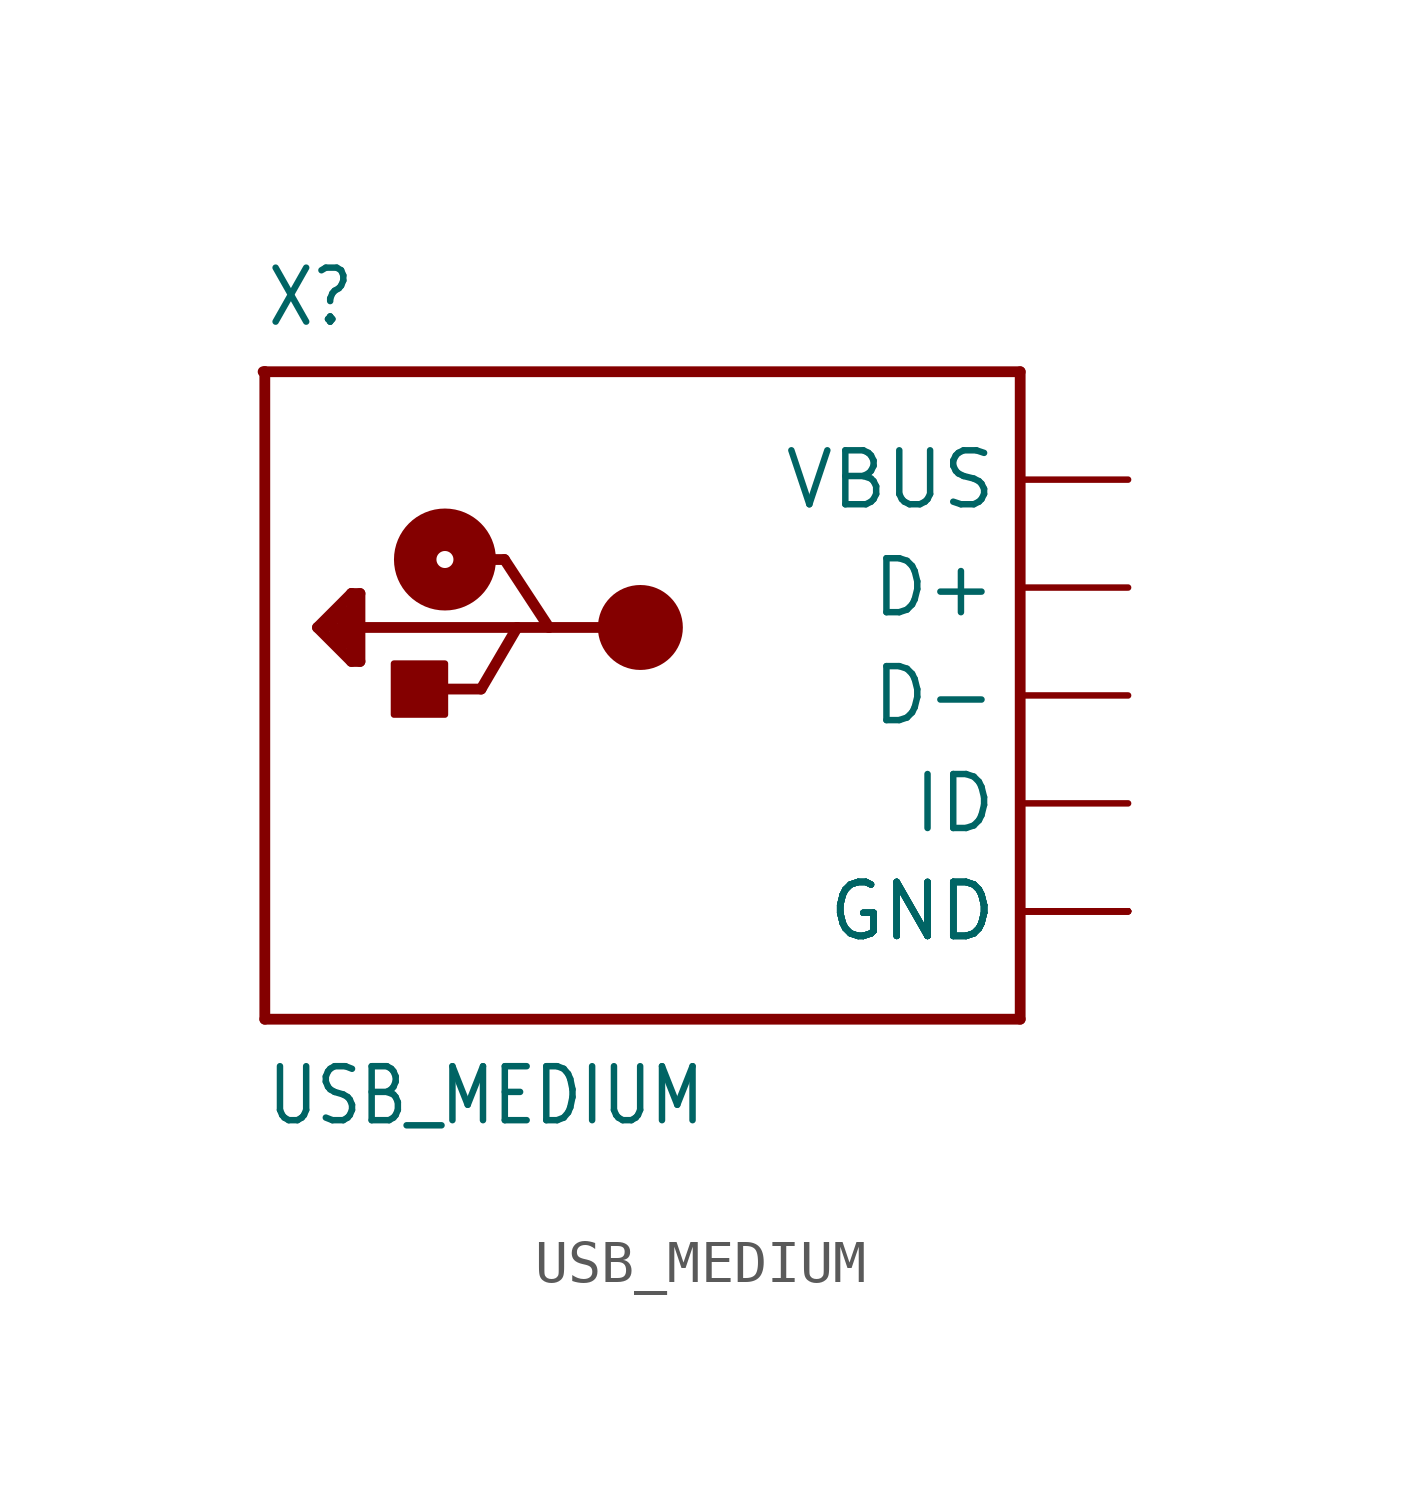
<source format=kicad_sym>
(kicad_symbol_lib
  (version 20201005)
  (generator kicad_symbol_editor)
  (symbol "USB_MEDIUM"
    (property "Reference" "X"
      (at -10.16 8.636 0)
      (effects (font (size 1.27 1.079)) (justify left bottom)))
    (property "Value" "USB_MEDIUM"
      (at -10.16 -10.16 0)
      (effects (font (size 1.27 1.079)) (justify left bottom)))
    (property "ki_locked" ""
      (at 0 0 0)
      (effects (font (size 1.27 1.27))))
    (symbol "USB_MEDIUM_1_0"
      (circle (center -5.92 3.2) (radius 0.2) (stroke (width 1)) (fill (type none)))
      (circle (center -1.32 1.6) (radius 0.5) (stroke (width 1)) (fill (type none)))
      (rectangle (start -7.12 -0.45) (end -5.92 0.75) (stroke (width 0)) (fill (type outline)))
      (polyline (pts (xy -10.2 7.62) (xy -10.16 7.62)) (stroke (width 0.254)) (fill (type none)))
      (polyline (pts (xy -10.16 -7.62) (xy 7.62 -7.62)) (stroke (width 0.254)) (fill (type none)))
      (polyline (pts (xy -10.16 7.62) (xy -10.16 -7.62)) (stroke (width 0.254)) (fill (type none)))
      (polyline (pts (xy -10.16 7.62) (xy 7.62 7.62)) (stroke (width 0.254)) (fill (type none)))
      (polyline (pts (xy -8.92 1.6) (xy -8.12 2.4)) (stroke (width 0.254)) (fill (type none)))
      (polyline (pts (xy -8.52 1.4) (xy -8.32 1.2)) (stroke (width 0.254)) (fill (type none)))
      (polyline (pts (xy -8.52 1.6) (xy -8.52 1.4)) (stroke (width 0.254)) (fill (type none)))
      (polyline (pts (xy -8.32 1.2) (xy -8.32 2)) (stroke (width 0.254)) (fill (type none)))
      (polyline (pts (xy -8.32 2) (xy -8.72 1.6)) (stroke (width 0.254)) (fill (type none)))
      (polyline (pts (xy -8.12 0.8) (xy -8.92 1.6)) (stroke (width 0.254)) (fill (type none)))
      (polyline (pts (xy -8.12 1) (xy -8.12 2.4)) (stroke (width 0.254)) (fill (type none)))
      (polyline (pts (xy -8.12 2.4) (xy -7.92 2.4)) (stroke (width 0.254)) (fill (type none)))
      (polyline (pts (xy -7.92 0.8) (xy -8.12 0.8)) (stroke (width 0.254)) (fill (type none)))
      (polyline (pts (xy -7.92 1.6) (xy -7.92 0.8)) (stroke (width 0.254)) (fill (type none)))
      (polyline (pts (xy -7.92 2.4) (xy -7.92 1.6)) (stroke (width 0.254)) (fill (type none)))
      (polyline (pts (xy -6.27 0.15) (xy -5.07 0.15)) (stroke (width 0.254)) (fill (type none)))
      (polyline (pts (xy -5.52 3.2) (xy -4.52 3.2)) (stroke (width 0.254)) (fill (type none)))
      (polyline (pts (xy -5.07 0.15) (xy -4.22 1.6)) (stroke (width 0.254)) (fill (type none)))
      (polyline (pts (xy -4.52 3.2) (xy -3.47 1.6)) (stroke (width 0.254)) (fill (type none)))
      (polyline (pts (xy -4.22 1.6) (xy -7.92 1.6)) (stroke (width 0.254)) (fill (type none)))
      (polyline (pts (xy -3.47 1.6) (xy -4.22 1.6)) (stroke (width 0.254)) (fill (type none)))
      (polyline (pts (xy -1.32 1.6) (xy -3.47 1.6)) (stroke (width 0.254)) (fill (type none)))
      (polyline (pts (xy 7.62 7.62) (xy 7.62 -7.62)) (stroke (width 0.254)) (fill (type none)))
      (pin bidirectional line (at 10.16 2.54 180) (length 2.54) (name "D+" (effects (font (size 1.27 1.27)))) (number "D+" (effects (font (size 0 0)))))
      (pin bidirectional line (at 10.16 0 180) (length 2.54) (name "D-" (effects (font (size 1.27 1.27)))) (number "D-" (effects (font (size 0 0)))))
      (pin power_in line (at 10.16 -5.08 180) (length 2.54) (name "GND" (effects (font (size 1.27 1.27)))) (number "GND" (effects (font (size 0 0)))))
      (pin power_in line (at 10.16 -5.08 180) (length 2.54) (name "GND" (effects (font (size 1.27 1.27)))) (number "GND1" (effects (font (size 0 0)))))
      (pin power_in line (at 10.16 -5.08 180) (length 2.54) (name "GND" (effects (font (size 1.27 1.27)))) (number "GND2" (effects (font (size 0 0)))))
      (pin power_in line (at 10.16 -5.08 180) (length 2.54) (name "GND" (effects (font (size 1.27 1.27)))) (number "GND3" (effects (font (size 0 0)))))
      (pin power_in line (at 10.16 -5.08 180) (length 2.54) (name "GND" (effects (font (size 1.27 1.27)))) (number "GND4" (effects (font (size 0 0)))))
      (pin bidirectional line (at 10.16 -2.54 180) (length 2.54) (name "ID" (effects (font (size 1.27 1.27)))) (number "ID" (effects (font (size 0 0)))))
      (pin power_in line (at 10.16 5.08 180) (length 2.54) (name "VBUS" (effects (font (size 1.27 1.27)))) (number "VBUS" (effects (font (size 0 0))))))))
</source>
